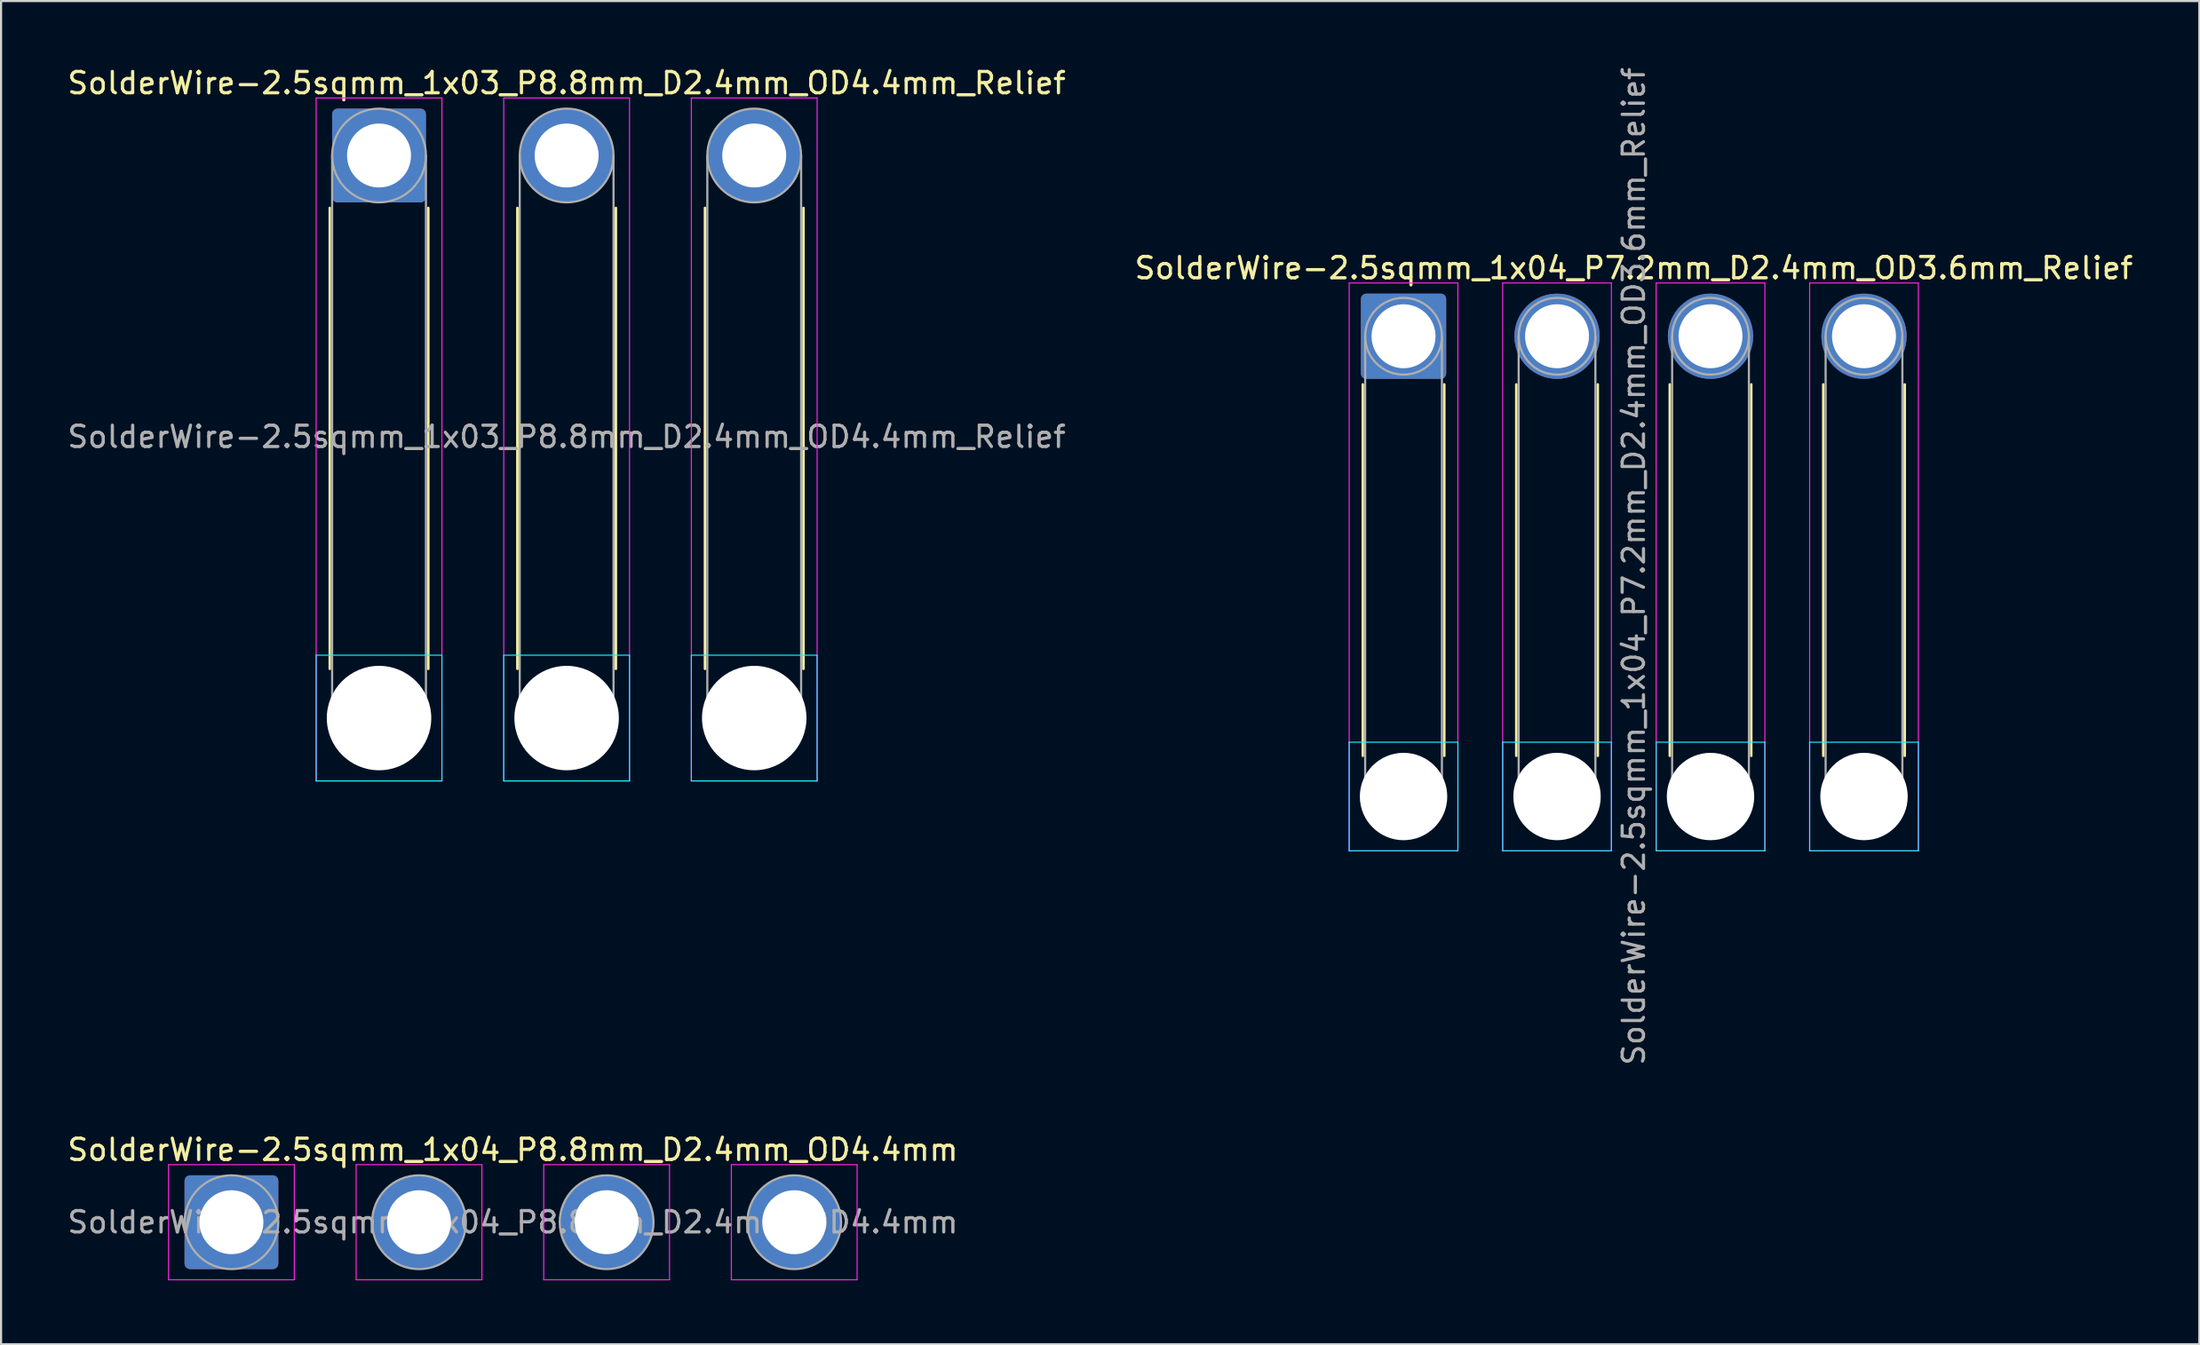
<source format=kicad_pcb>
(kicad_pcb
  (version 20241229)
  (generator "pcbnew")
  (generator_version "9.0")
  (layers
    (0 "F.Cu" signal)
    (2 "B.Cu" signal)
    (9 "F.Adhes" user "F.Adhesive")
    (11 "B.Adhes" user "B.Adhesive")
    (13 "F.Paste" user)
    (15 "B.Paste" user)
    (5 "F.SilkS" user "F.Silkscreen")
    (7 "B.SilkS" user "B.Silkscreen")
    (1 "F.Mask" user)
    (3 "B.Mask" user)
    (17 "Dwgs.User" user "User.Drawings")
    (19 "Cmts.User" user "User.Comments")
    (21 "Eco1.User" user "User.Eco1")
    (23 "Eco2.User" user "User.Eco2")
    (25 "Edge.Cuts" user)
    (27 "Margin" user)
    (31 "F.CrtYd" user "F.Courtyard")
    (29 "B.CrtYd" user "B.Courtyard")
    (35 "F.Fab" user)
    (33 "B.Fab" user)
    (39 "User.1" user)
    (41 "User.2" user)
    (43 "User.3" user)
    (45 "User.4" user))
  (footprint "SolderWire-2.5sqmm_1x04_P7.2mm_D2.4mm_OD3.6mm_Relief"
    (layer "F.Cu")
    (at 62.789 12.73)
    (property "Reference" "SolderWire-2.5sqmm_1x04_P7.2mm_D2.4mm_OD3.6mm_Relief" (at 10.8 -3.2 0) (layer "F.SilkS") (effects (font (size 1 1) (thickness 0.15))))
    (attr exclude_from_pos_files exclude_from_bom)
    (fp_line (start -1.91 2.26) (end -1.91 19.69) (stroke (width 0.12) (type solid)) (layer "F.SilkS"))
    (fp_line (start 1.91 2.26) (end 1.91 19.69) (stroke (width 0.12) (type solid)) (layer "F.SilkS"))
    (fp_line (start 5.29 2.26) (end 5.29 19.69) (stroke (width 0.12) (type solid)) (layer "F.SilkS"))
    (fp_line (start 9.11 2.26) (end 9.11 19.69) (stroke (width 0.12) (type solid)) (layer "F.SilkS"))
    (fp_line (start 12.49 2.26) (end 12.49 19.69) (stroke (width 0.12) (type solid)) (layer "F.SilkS"))
    (fp_line (start 16.31 2.26) (end 16.31 19.69) (stroke (width 0.12) (type solid)) (layer "F.SilkS"))
    (fp_line (start 19.69 2.26) (end 19.69 19.69) (stroke (width 0.12) (type solid)) (layer "F.SilkS"))
    (fp_line (start 23.51 2.26) (end 23.51 19.69) (stroke (width 0.12) (type solid)) (layer "F.SilkS"))
    (fp_line (start -2.55 19.05) (end -2.55 24.15) (stroke (width 0.05) (type solid)) (layer "B.CrtYd"))
    (fp_line (start -2.55 24.15) (end 2.55 24.15) (stroke (width 0.05) (type solid)) (layer "B.CrtYd"))
    (fp_line (start 2.55 19.05) (end -2.55 19.05) (stroke (width 0.05) (type solid)) (layer "B.CrtYd"))
    (fp_line (start 2.55 24.15) (end 2.55 19.05) (stroke (width 0.05) (type solid)) (layer "B.CrtYd"))
    (fp_line (start 4.65 19.05) (end 4.65 24.15) (stroke (width 0.05) (type solid)) (layer "B.CrtYd"))
    (fp_line (start 4.65 24.15) (end 9.75 24.15) (stroke (width 0.05) (type solid)) (layer "B.CrtYd"))
    (fp_line (start 9.75 19.05) (end 4.65 19.05) (stroke (width 0.05) (type solid)) (layer "B.CrtYd"))
    (fp_line (start 9.75 24.15) (end 9.75 19.05) (stroke (width 0.05) (type solid)) (layer "B.CrtYd"))
    (fp_line (start 11.85 19.05) (end 11.85 24.15) (stroke (width 0.05) (type solid)) (layer "B.CrtYd"))
    (fp_line (start 11.85 24.15) (end 16.95 24.15) (stroke (width 0.05) (type solid)) (layer "B.CrtYd"))
    (fp_line (start 16.95 19.05) (end 11.85 19.05) (stroke (width 0.05) (type solid)) (layer "B.CrtYd"))
    (fp_line (start 16.95 24.15) (end 16.95 19.05) (stroke (width 0.05) (type solid)) (layer "B.CrtYd"))
    (fp_line (start 19.05 19.05) (end 19.05 24.15) (stroke (width 0.05) (type solid)) (layer "B.CrtYd"))
    (fp_line (start 19.05 24.15) (end 24.15 24.15) (stroke (width 0.05) (type solid)) (layer "B.CrtYd"))
    (fp_line (start 24.15 19.05) (end 19.05 19.05) (stroke (width 0.05) (type solid)) (layer "B.CrtYd"))
    (fp_line (start 24.15 24.15) (end 24.15 19.05) (stroke (width 0.05) (type solid)) (layer "B.CrtYd"))
    (fp_line (start -2.55 -2.5) (end -2.55 24.15) (stroke (width 0.05) (type solid)) (layer "F.CrtYd"))
    (fp_line (start -2.55 24.15) (end 2.55 24.15) (stroke (width 0.05) (type solid)) (layer "F.CrtYd"))
    (fp_line (start 2.55 -2.5) (end -2.55 -2.5) (stroke (width 0.05) (type solid)) (layer "F.CrtYd"))
    (fp_line (start 2.55 24.15) (end 2.55 -2.5) (stroke (width 0.05) (type solid)) (layer "F.CrtYd"))
    (fp_line (start 4.65 -2.5) (end 4.65 24.15) (stroke (width 0.05) (type solid)) (layer "F.CrtYd"))
    (fp_line (start 4.65 24.15) (end 9.75 24.15) (stroke (width 0.05) (type solid)) (layer "F.CrtYd"))
    (fp_line (start 9.75 -2.5) (end 4.65 -2.5) (stroke (width 0.05) (type solid)) (layer "F.CrtYd"))
    (fp_line (start 9.75 24.15) (end 9.75 -2.5) (stroke (width 0.05) (type solid)) (layer "F.CrtYd"))
    (fp_line (start 11.85 -2.5) (end 11.85 24.15) (stroke (width 0.05) (type solid)) (layer "F.CrtYd"))
    (fp_line (start 11.85 24.15) (end 16.95 24.15) (stroke (width 0.05) (type solid)) (layer "F.CrtYd"))
    (fp_line (start 16.95 -2.5) (end 11.85 -2.5) (stroke (width 0.05) (type solid)) (layer "F.CrtYd"))
    (fp_line (start 16.95 24.15) (end 16.95 -2.5) (stroke (width 0.05) (type solid)) (layer "F.CrtYd"))
    (fp_line (start 19.05 -2.5) (end 19.05 24.15) (stroke (width 0.05) (type solid)) (layer "F.CrtYd"))
    (fp_line (start 19.05 24.15) (end 24.15 24.15) (stroke (width 0.05) (type solid)) (layer "F.CrtYd"))
    (fp_line (start 24.15 -2.5) (end 19.05 -2.5) (stroke (width 0.05) (type solid)) (layer "F.CrtYd"))
    (fp_line (start 24.15 24.15) (end 24.15 -2.5) (stroke (width 0.05) (type solid)) (layer "F.CrtYd"))
    (fp_line (start -1.8 0) (end -1.8 21.6) (stroke (width 0.1) (type solid)) (layer "F.Fab"))
    (fp_line (start 1.8 0) (end 1.8 21.6) (stroke (width 0.1) (type solid)) (layer "F.Fab"))
    (fp_line (start 5.4 0) (end 5.4 21.6) (stroke (width 0.1) (type solid)) (layer "F.Fab"))
    (fp_line (start 9 0) (end 9 21.6) (stroke (width 0.1) (type solid)) (layer "F.Fab"))
    (fp_line (start 12.6 0) (end 12.6 21.6) (stroke (width 0.1) (type solid)) (layer "F.Fab"))
    (fp_line (start 16.2 0) (end 16.2 21.6) (stroke (width 0.1) (type solid)) (layer "F.Fab"))
    (fp_line (start 19.8 0) (end 19.8 21.6) (stroke (width 0.1) (type solid)) (layer "F.Fab"))
    (fp_line (start 23.4 0) (end 23.4 21.6) (stroke (width 0.1) (type solid)) (layer "F.Fab"))
    (fp_circle (center 0 0) (end 1.8 0) (stroke (width 0.1) (type solid)) (fill no) (layer "F.Fab"))
    (fp_circle (center 0 21.6) (end 1.8 21.6) (stroke (width 0.1) (type solid)) (fill no) (layer "F.Fab"))
    (fp_circle (center 7.2 0) (end 9 0) (stroke (width 0.1) (type solid)) (fill no) (layer "F.Fab"))
    (fp_circle (center 7.2 21.6) (end 9 21.6) (stroke (width 0.1) (type solid)) (fill no) (layer "F.Fab"))
    (fp_circle (center 14.4 0) (end 16.2 0) (stroke (width 0.1) (type solid)) (fill no) (layer "F.Fab"))
    (fp_circle (center 14.4 21.6) (end 16.2 21.6) (stroke (width 0.1) (type solid)) (fill no) (layer "F.Fab"))
    (fp_circle (center 21.6 0) (end 23.4 0) (stroke (width 0.1) (type solid)) (fill no) (layer "F.Fab"))
    (fp_circle (center 21.6 21.6) (end 23.4 21.6) (stroke (width 0.1) (type solid)) (fill no) (layer "F.Fab"))
    (fp_text user "${REFERENCE}" (at 10.8 10.8 90) (layer "F.Fab") (effects (font (size 1 1) (thickness 0.15))))
    (pad "" np_thru_hole circle (at 0 21.6) (size 4.1 4.1) (drill 4.1) (layers "*.Cu" "*.Mask"))
    (pad "" np_thru_hole circle (at 7.2 21.6) (size 4.1 4.1) (drill 4.1) (layers "*.Cu" "*.Mask"))
    (pad "" np_thru_hole circle (at 14.4 21.6) (size 4.1 4.1) (drill 4.1) (layers "*.Cu" "*.Mask"))
    (pad "" np_thru_hole circle (at 21.6 21.6) (size 4.1 4.1) (drill 4.1) (layers "*.Cu" "*.Mask"))
    (pad "1" thru_hole roundrect (at 0 0) (size 4 4) (drill 3) (layers "*.Cu" "*.Mask") (roundrect_rratio 0.062))
    (pad "2" thru_hole circle (at 7.2 0) (size 4 4) (drill 3) (layers "*.Cu" "*.Mask"))
    (pad "3" thru_hole circle (at 14.4 0) (size 4 4) (drill 3) (layers "*.Cu" "*.Mask"))
    (pad "4" thru_hole circle (at 21.6 0) (size 4 4) (drill 3) (layers "*.Cu" "*.Mask")))
  (footprint "SolderWire-2.5sqmm_1x04_P8.8mm_D2.4mm_OD4.4mm"
    (layer "F.Cu")
    (at 7.806 54.308)
    (property "Reference" "SolderWire-2.5sqmm_1x04_P8.8mm_D2.4mm_OD4.4mm" (at 13.2 -3.4 0) (layer "F.SilkS") (effects (font (size 1 1) (thickness 0.15))))
    (attr exclude_from_pos_files exclude_from_bom)
    (fp_line (start -2.95 -2.7) (end -2.95 2.7) (stroke (width 0.05) (type solid)) (layer "F.CrtYd"))
    (fp_line (start -2.95 2.7) (end 2.95 2.7) (stroke (width 0.05) (type solid)) (layer "F.CrtYd"))
    (fp_line (start 2.95 -2.7) (end -2.95 -2.7) (stroke (width 0.05) (type solid)) (layer "F.CrtYd"))
    (fp_line (start 2.95 2.7) (end 2.95 -2.7) (stroke (width 0.05) (type solid)) (layer "F.CrtYd"))
    (fp_line (start 5.85 -2.7) (end 5.85 2.7) (stroke (width 0.05) (type solid)) (layer "F.CrtYd"))
    (fp_line (start 5.85 2.7) (end 11.75 2.7) (stroke (width 0.05) (type solid)) (layer "F.CrtYd"))
    (fp_line (start 11.75 -2.7) (end 5.85 -2.7) (stroke (width 0.05) (type solid)) (layer "F.CrtYd"))
    (fp_line (start 11.75 2.7) (end 11.75 -2.7) (stroke (width 0.05) (type solid)) (layer "F.CrtYd"))
    (fp_line (start 14.65 -2.7) (end 14.65 2.7) (stroke (width 0.05) (type solid)) (layer "F.CrtYd"))
    (fp_line (start 14.65 2.7) (end 20.55 2.7) (stroke (width 0.05) (type solid)) (layer "F.CrtYd"))
    (fp_line (start 20.55 -2.7) (end 14.65 -2.7) (stroke (width 0.05) (type solid)) (layer "F.CrtYd"))
    (fp_line (start 20.55 2.7) (end 20.55 -2.7) (stroke (width 0.05) (type solid)) (layer "F.CrtYd"))
    (fp_line (start 23.45 -2.7) (end 23.45 2.7) (stroke (width 0.05) (type solid)) (layer "F.CrtYd"))
    (fp_line (start 23.45 2.7) (end 29.35 2.7) (stroke (width 0.05) (type solid)) (layer "F.CrtYd"))
    (fp_line (start 29.35 -2.7) (end 23.45 -2.7) (stroke (width 0.05) (type solid)) (layer "F.CrtYd"))
    (fp_line (start 29.35 2.7) (end 29.35 -2.7) (stroke (width 0.05) (type solid)) (layer "F.CrtYd"))
    (fp_circle (center 0 0) (end 2.2 0) (stroke (width 0.1) (type solid)) (fill no) (layer "F.Fab"))
    (fp_circle (center 8.8 0) (end 11 0) (stroke (width 0.1) (type solid)) (fill no) (layer "F.Fab"))
    (fp_circle (center 17.6 0) (end 19.8 0) (stroke (width 0.1) (type solid)) (fill no) (layer "F.Fab"))
    (fp_circle (center 26.4 0) (end 28.6 0) (stroke (width 0.1) (type solid)) (fill no) (layer "F.Fab"))
    (fp_text user "${REFERENCE}" (at 13.2 0 0) (layer "F.Fab") (effects (font (size 1 1) (thickness 0.15))))
    (pad "1" thru_hole roundrect (at 0 0) (size 4.4 4.4) (drill 3) (layers "*.Cu" "*.Mask") (roundrect_rratio 0.057))
    (pad "2" thru_hole circle (at 8.8 0) (size 4.4 4.4) (drill 3) (layers "*.Cu" "*.Mask"))
    (pad "3" thru_hole circle (at 17.6 0) (size 4.4 4.4) (drill 3) (layers "*.Cu" "*.Mask"))
    (pad "4" thru_hole circle (at 26.4 0) (size 4.4 4.4) (drill 3) (layers "*.Cu" "*.Mask")))
  (footprint "SolderWire-2.5sqmm_1x03_P8.8mm_D2.4mm_OD4.4mm_Relief"
    (layer "F.Cu")
    (at 14.73 4.248)
    (property "Reference" "SolderWire-2.5sqmm_1x03_P8.8mm_D2.4mm_OD4.4mm_Relief" (at 8.8 -3.4 0) (layer "F.SilkS") (effects (font (size 1 1) (thickness 0.15))))
    (attr exclude_from_pos_files exclude_from_bom)
    (fp_line (start -2.31 2.46) (end -2.31 24.09) (stroke (width 0.12) (type solid)) (layer "F.SilkS"))
    (fp_line (start 2.31 2.46) (end 2.31 24.09) (stroke (width 0.12) (type solid)) (layer "F.SilkS"))
    (fp_line (start 6.49 2.46) (end 6.49 24.09) (stroke (width 0.12) (type solid)) (layer "F.SilkS"))
    (fp_line (start 11.11 2.46) (end 11.11 24.09) (stroke (width 0.12) (type solid)) (layer "F.SilkS"))
    (fp_line (start 15.29 2.46) (end 15.29 24.09) (stroke (width 0.12) (type solid)) (layer "F.SilkS"))
    (fp_line (start 19.91 2.46) (end 19.91 24.09) (stroke (width 0.12) (type solid)) (layer "F.SilkS"))
    (fp_line (start -2.95 23.45) (end -2.95 29.35) (stroke (width 0.05) (type solid)) (layer "B.CrtYd"))
    (fp_line (start -2.95 29.35) (end 2.95 29.35) (stroke (width 0.05) (type solid)) (layer "B.CrtYd"))
    (fp_line (start 2.95 23.45) (end -2.95 23.45) (stroke (width 0.05) (type solid)) (layer "B.CrtYd"))
    (fp_line (start 2.95 29.35) (end 2.95 23.45) (stroke (width 0.05) (type solid)) (layer "B.CrtYd"))
    (fp_line (start 5.85 23.45) (end 5.85 29.35) (stroke (width 0.05) (type solid)) (layer "B.CrtYd"))
    (fp_line (start 5.85 29.35) (end 11.75 29.35) (stroke (width 0.05) (type solid)) (layer "B.CrtYd"))
    (fp_line (start 11.75 23.45) (end 5.85 23.45) (stroke (width 0.05) (type solid)) (layer "B.CrtYd"))
    (fp_line (start 11.75 29.35) (end 11.75 23.45) (stroke (width 0.05) (type solid)) (layer "B.CrtYd"))
    (fp_line (start 14.65 23.45) (end 14.65 29.35) (stroke (width 0.05) (type solid)) (layer "B.CrtYd"))
    (fp_line (start 14.65 29.35) (end 20.55 29.35) (stroke (width 0.05) (type solid)) (layer "B.CrtYd"))
    (fp_line (start 20.55 23.45) (end 14.65 23.45) (stroke (width 0.05) (type solid)) (layer "B.CrtYd"))
    (fp_line (start 20.55 29.35) (end 20.55 23.45) (stroke (width 0.05) (type solid)) (layer "B.CrtYd"))
    (fp_line (start -2.95 -2.7) (end -2.95 29.35) (stroke (width 0.05) (type solid)) (layer "F.CrtYd"))
    (fp_line (start -2.95 29.35) (end 2.95 29.35) (stroke (width 0.05) (type solid)) (layer "F.CrtYd"))
    (fp_line (start 2.95 -2.7) (end -2.95 -2.7) (stroke (width 0.05) (type solid)) (layer "F.CrtYd"))
    (fp_line (start 2.95 29.35) (end 2.95 -2.7) (stroke (width 0.05) (type solid)) (layer "F.CrtYd"))
    (fp_line (start 5.85 -2.7) (end 5.85 29.35) (stroke (width 0.05) (type solid)) (layer "F.CrtYd"))
    (fp_line (start 5.85 29.35) (end 11.75 29.35) (stroke (width 0.05) (type solid)) (layer "F.CrtYd"))
    (fp_line (start 11.75 -2.7) (end 5.85 -2.7) (stroke (width 0.05) (type solid)) (layer "F.CrtYd"))
    (fp_line (start 11.75 29.35) (end 11.75 -2.7) (stroke (width 0.05) (type solid)) (layer "F.CrtYd"))
    (fp_line (start 14.65 -2.7) (end 14.65 29.35) (stroke (width 0.05) (type solid)) (layer "F.CrtYd"))
    (fp_line (start 14.65 29.35) (end 20.55 29.35) (stroke (width 0.05) (type solid)) (layer "F.CrtYd"))
    (fp_line (start 20.55 -2.7) (end 14.65 -2.7) (stroke (width 0.05) (type solid)) (layer "F.CrtYd"))
    (fp_line (start 20.55 29.35) (end 20.55 -2.7) (stroke (width 0.05) (type solid)) (layer "F.CrtYd"))
    (fp_line (start -2.2 0) (end -2.2 26.4) (stroke (width 0.1) (type solid)) (layer "F.Fab"))
    (fp_line (start 2.2 0) (end 2.2 26.4) (stroke (width 0.1) (type solid)) (layer "F.Fab"))
    (fp_line (start 6.6 0) (end 6.6 26.4) (stroke (width 0.1) (type solid)) (layer "F.Fab"))
    (fp_line (start 11 0) (end 11 26.4) (stroke (width 0.1) (type solid)) (layer "F.Fab"))
    (fp_line (start 15.4 0) (end 15.4 26.4) (stroke (width 0.1) (type solid)) (layer "F.Fab"))
    (fp_line (start 19.8 0) (end 19.8 26.4) (stroke (width 0.1) (type solid)) (layer "F.Fab"))
    (fp_circle (center 0 0) (end 2.2 0) (stroke (width 0.1) (type solid)) (fill no) (layer "F.Fab"))
    (fp_circle (center 0 26.4) (end 2.2 26.4) (stroke (width 0.1) (type solid)) (fill no) (layer "F.Fab"))
    (fp_circle (center 8.8 0) (end 11 0) (stroke (width 0.1) (type solid)) (fill no) (layer "F.Fab"))
    (fp_circle (center 8.8 26.4) (end 11 26.4) (stroke (width 0.1) (type solid)) (fill no) (layer "F.Fab"))
    (fp_circle (center 17.6 0) (end 19.8 0) (stroke (width 0.1) (type solid)) (fill no) (layer "F.Fab"))
    (fp_circle (center 17.6 26.4) (end 19.8 26.4) (stroke (width 0.1) (type solid)) (fill no) (layer "F.Fab"))
    (fp_text user "${REFERENCE}" (at 8.8 13.2 0) (layer "F.Fab") (effects (font (size 1 1) (thickness 0.15))))
    (pad "" np_thru_hole circle (at 0 26.4) (size 4.9 4.9) (drill 4.9) (layers "*.Cu" "*.Mask"))
    (pad "" np_thru_hole circle (at 8.8 26.4) (size 4.9 4.9) (drill 4.9) (layers "*.Cu" "*.Mask"))
    (pad "" np_thru_hole circle (at 17.6 26.4) (size 4.9 4.9) (drill 4.9) (layers "*.Cu" "*.Mask"))
    (pad "1" thru_hole roundrect (at 0 0) (size 4.4 4.4) (drill 3) (layers "*.Cu" "*.Mask") (roundrect_rratio 0.057))
    (pad "2" thru_hole circle (at 8.8 0) (size 4.4 4.4) (drill 3) (layers "*.Cu" "*.Mask"))
    (pad "3" thru_hole circle (at 17.6 0) (size 4.4 4.4) (drill 3) (layers "*.Cu" "*.Mask")))
  (gr_rect
    (start -3 -3)
    (end 100.119 60.033)
    (stroke (width 0.1) (type default))
    (fill no)
    (layer "Edge.Cuts")))
</source>
